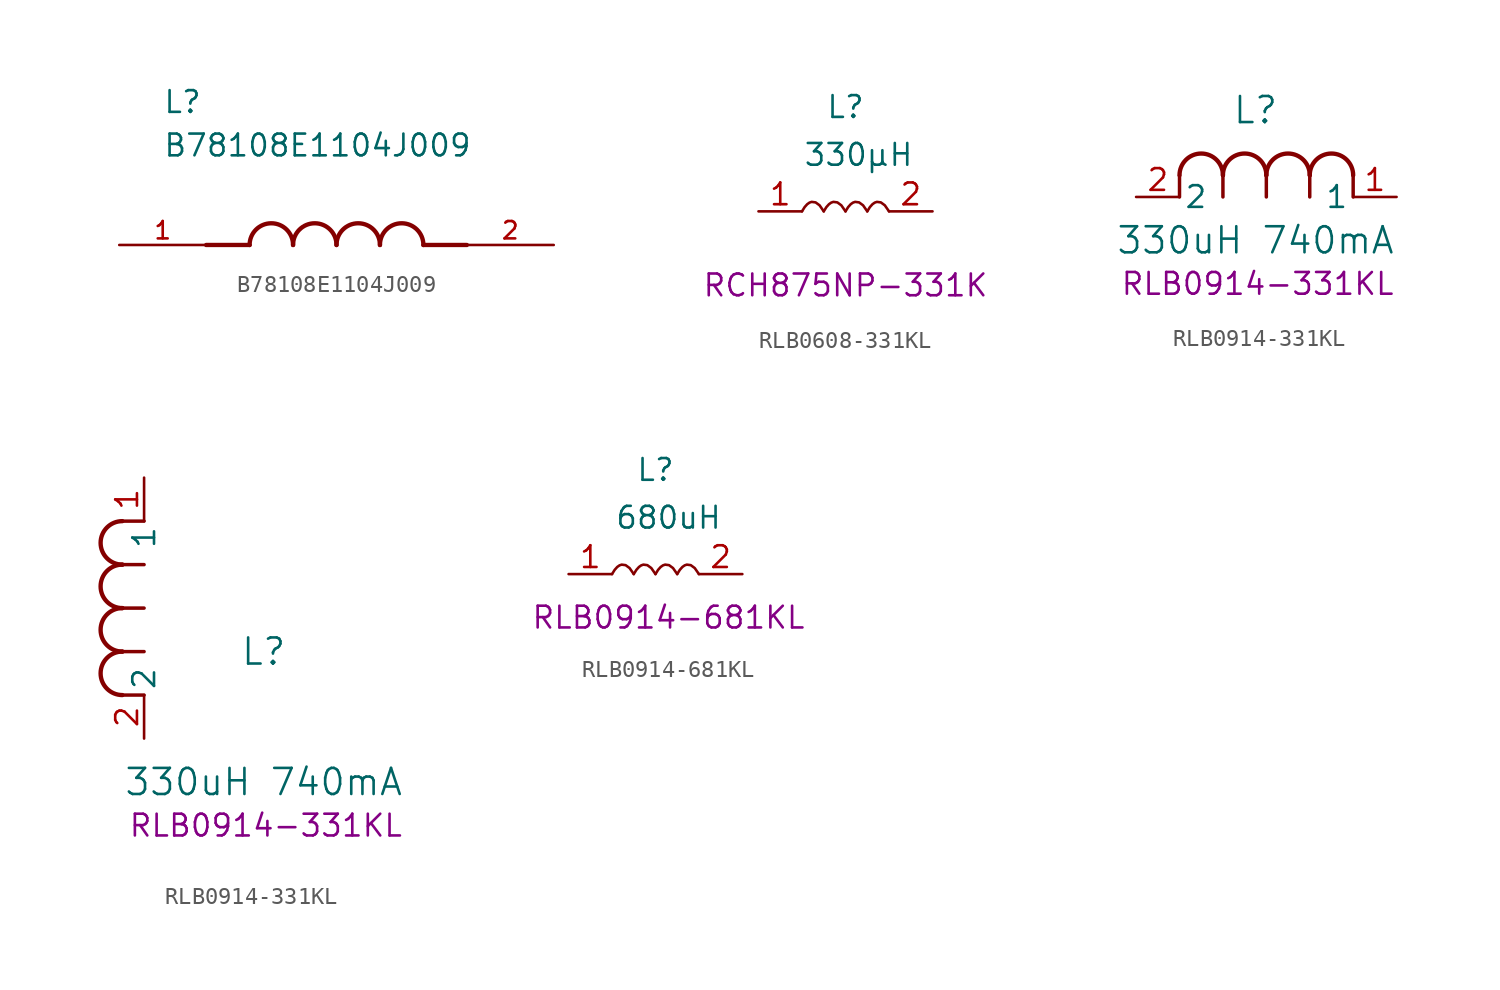
<source format=kicad_sym>
(kicad_symbol_lib
  (version 20241209)
  (generator "kicad_symbol_editor")
  (generator_version "9.0")
  (symbol "B78108E1104J009"
    (pin_names
      (offset 1.016))
    (property "Reference" "L"
      (at -10.16 7.62 0)
      (effects (font (size 1.27 1.27)) (justify left bottom)))
    (property "Value" "B78108E1104J009"
      (at -10.16 5.08 0)
      (effects (font (size 1.27 1.27)) (justify left bottom)))
    (symbol "B78108E1104J009_0_0"
      (polyline (pts (xy -5.08 0) (xy -7.62 0)) (stroke (width 0.254) (type default)) (fill (type none)))
      (arc (start -5.08 0) (mid -3.81 1.2645) (end -2.54 0) (stroke (width 0.254) (type default)) (fill (type none)))
      (arc (start -2.54 0) (mid -1.27 1.2645) (end 0 0) (stroke (width 0.254) (type default)) (fill (type none)))
      (arc (start 0 0) (mid 1.27 1.2645) (end 2.54 0) (stroke (width 0.254) (type default)) (fill (type none)))
      (arc (start 2.54 0) (mid 3.81 1.2645) (end 5.08 0) (stroke (width 0.254) (type default)) (fill (type none)))
      (polyline (pts (xy 5.08 0) (xy 7.62 0)) (stroke (width 0.254) (type default)) (fill (type none)))
      (pin passive line (at -12.7 0 0) (length 5.08) (name "~" (effects (font (size 1.016 1.016)))) (number "1" (effects (font (size 1.016 1.016)))))
      (pin passive line (at 12.7 0 180) (length 5.08) (name "~" (effects (font (size 1.016 1.016)))) (number "2" (effects (font (size 1.016 1.016)))))))
  (symbol "RLB0608-331KL"
    (property "Reference" "L"
      (at 0 6.096 0)
      (effects (font (size 1.27 1.27))))
    (property "Value" "330µH"
      (at 0.762 3.302 0)
      (effects (font (size 1.27 1.27))))
    (property "Description" "RCH875NP-331K"
      (at 0 -4.318 0)
      (effects (font (size 1.27 1.27))))
    (symbol "RLB0608-331KL_0_1"
      (bezier (pts (xy -2.54 0) (xy -1.867 1.257) (xy -1.27 0) (xy -1.27 0)) (stroke (width 0) (type default)) (fill (type none)))
      (bezier (pts (xy -1.27 0) (xy -0.597 1.257) (xy 0 0) (xy 0 0)) (stroke (width 0) (type default)) (fill (type none)))
      (bezier (pts (xy 0 0) (xy 0.673 1.257) (xy 1.27 0) (xy 1.27 0)) (stroke (width 0) (type default)) (fill (type none)))
      (bezier (pts (xy 1.27 0) (xy 1.943 1.257) (xy 2.54 0) (xy 2.54 0)) (stroke (width 0) (type default)) (fill (type none))))
    (symbol "RLB0608-331KL_1_1"
      (pin passive line (at -5.08 0 0) (length 2.54) (name "" (effects (font (size 1.27 1.27)))) (number "1" (effects (font (size 1.27 1.27)))))
      (pin passive line (at 5.08 0 180) (length 2.54) (name "" (effects (font (size 1.27 1.27)))) (number "2" (effects (font (size 1.27 1.27)))))))
  (symbol "RLB0914-331KL"
    (pin_names
      (offset 0.254))
    (property "Reference" "L"
      (at 6.985 5.08 0)
      (effects (font (size 1.524 1.524))))
    (property "Value" "330uH 740mA"
      (at 6.985 -2.54 0)
      (effects (font (size 1.524 1.524))))
    (property "PN" "RLB0914-331KL"
      (at 7.112 -5.08 0)
      (effects (font (size 1.27 1.27))))
    (symbol "RLB0914-331KL_1_1"
      (polyline (pts (xy 2.54 0) (xy 2.54 1.27)) (stroke (width 0.203) (type default)) (fill (type none)))
      (arc (start 2.54 1.27) (mid 3.81 2.5344) (end 5.08 1.27) (stroke (width 0.254) (type default)) (fill (type none)))
      (polyline (pts (xy 5.08 0) (xy 5.08 1.27)) (stroke (width 0.203) (type default)) (fill (type none)))
      (arc (start 5.08 1.27) (mid 6.35 2.5344) (end 7.62 1.27) (stroke (width 0.254) (type default)) (fill (type none)))
      (polyline (pts (xy 7.62 0) (xy 7.62 1.27)) (stroke (width 0.203) (type default)) (fill (type none)))
      (arc (start 7.62 1.27) (mid 8.89 2.5344) (end 10.16 1.27) (stroke (width 0.254) (type default)) (fill (type none)))
      (polyline (pts (xy 10.16 0) (xy 10.16 1.27)) (stroke (width 0.203) (type default)) (fill (type none)))
      (arc (start 10.16 1.27) (mid 11.43 2.5344) (end 12.7 1.27) (stroke (width 0.254) (type default)) (fill (type none)))
      (polyline (pts (xy 12.7 0) (xy 12.7 1.27)) (stroke (width 0.203) (type default)) (fill (type none)))
      (pin unspecified line (at 0 0 0) (length 2.54) (name "2" (effects (font (size 1.27 1.27)))) (number "2" (effects (font (size 1.27 1.27)))))
      (pin unspecified line (at 15.24 0 180) (length 2.54) (name "1" (effects (font (size 1.27 1.27)))) (number "1" (effects (font (size 1.27 1.27))))))
    (symbol "RLB0914-331KL_1_2"
      (arc (start -1.27 10.16) (mid -2.5344 11.43) (end -1.27 12.7) (stroke (width 0.254) (type default)) (fill (type none)))
      (arc (start -1.27 7.62) (mid -2.5344 8.89) (end -1.27 10.16) (stroke (width 0.254) (type default)) (fill (type none)))
      (arc (start -1.27 5.08) (mid -2.5344 6.35) (end -1.27 7.62) (stroke (width 0.254) (type default)) (fill (type none)))
      (arc (start -1.27 2.54) (mid -2.5344 3.81) (end -1.27 5.08) (stroke (width 0.254) (type default)) (fill (type none)))
      (polyline (pts (xy 0 12.7) (xy -1.27 12.7)) (stroke (width 0.203) (type default)) (fill (type none)))
      (polyline (pts (xy 0 10.16) (xy -1.27 10.16)) (stroke (width 0.203) (type default)) (fill (type none)))
      (polyline (pts (xy 0 7.62) (xy -1.27 7.62)) (stroke (width 0.203) (type default)) (fill (type none)))
      (polyline (pts (xy 0 5.08) (xy -1.27 5.08)) (stroke (width 0.203) (type default)) (fill (type none)))
      (polyline (pts (xy 0 2.54) (xy -1.27 2.54)) (stroke (width 0.203) (type default)) (fill (type none)))
      (pin unspecified line (at 0 15.24 270) (length 2.54) (name "1" (effects (font (size 1.27 1.27)))) (number "1" (effects (font (size 1.27 1.27)))))
      (pin unspecified line (at 0 0 90) (length 2.54) (name "2" (effects (font (size 1.27 1.27)))) (number "2" (effects (font (size 1.27 1.27)))))))
  (symbol "RLB0914-681KL"
    (property "Reference" "L"
      (at 0 6.096 0)
      (effects (font (size 1.27 1.27))))
    (property "Value" "680uH"
      (at 0.762 3.302 0)
      (effects (font (size 1.27 1.27))))
    (property "Description" "RLB0914-681KL"
      (at 0.762 -2.54 0)
      (effects (font (size 1.27 1.27))))
    (symbol "RLB0914-681KL_0_1"
      (bezier (pts (xy -2.54 0) (xy -1.867 1.257) (xy -1.27 0) (xy -1.27 0)) (stroke (width 0) (type default)) (fill (type none)))
      (bezier (pts (xy -1.27 0) (xy -0.597 1.257) (xy 0 0) (xy 0 0)) (stroke (width 0) (type default)) (fill (type none)))
      (bezier (pts (xy 0 0) (xy 0.673 1.257) (xy 1.27 0) (xy 1.27 0)) (stroke (width 0) (type default)) (fill (type none)))
      (bezier (pts (xy 1.27 0) (xy 1.943 1.257) (xy 2.54 0) (xy 2.54 0)) (stroke (width 0) (type default)) (fill (type none))))
    (symbol "RLB0914-681KL_1_1"
      (pin passive line (at -5.08 0 0) (length 2.54) (name "" (effects (font (size 1.27 1.27)))) (number "1" (effects (font (size 1.27 1.27)))))
      (pin passive line (at 5.08 0 180) (length 2.54) (name "" (effects (font (size 1.27 1.27)))) (number "2" (effects (font (size 1.27 1.27))))))))
</source>
